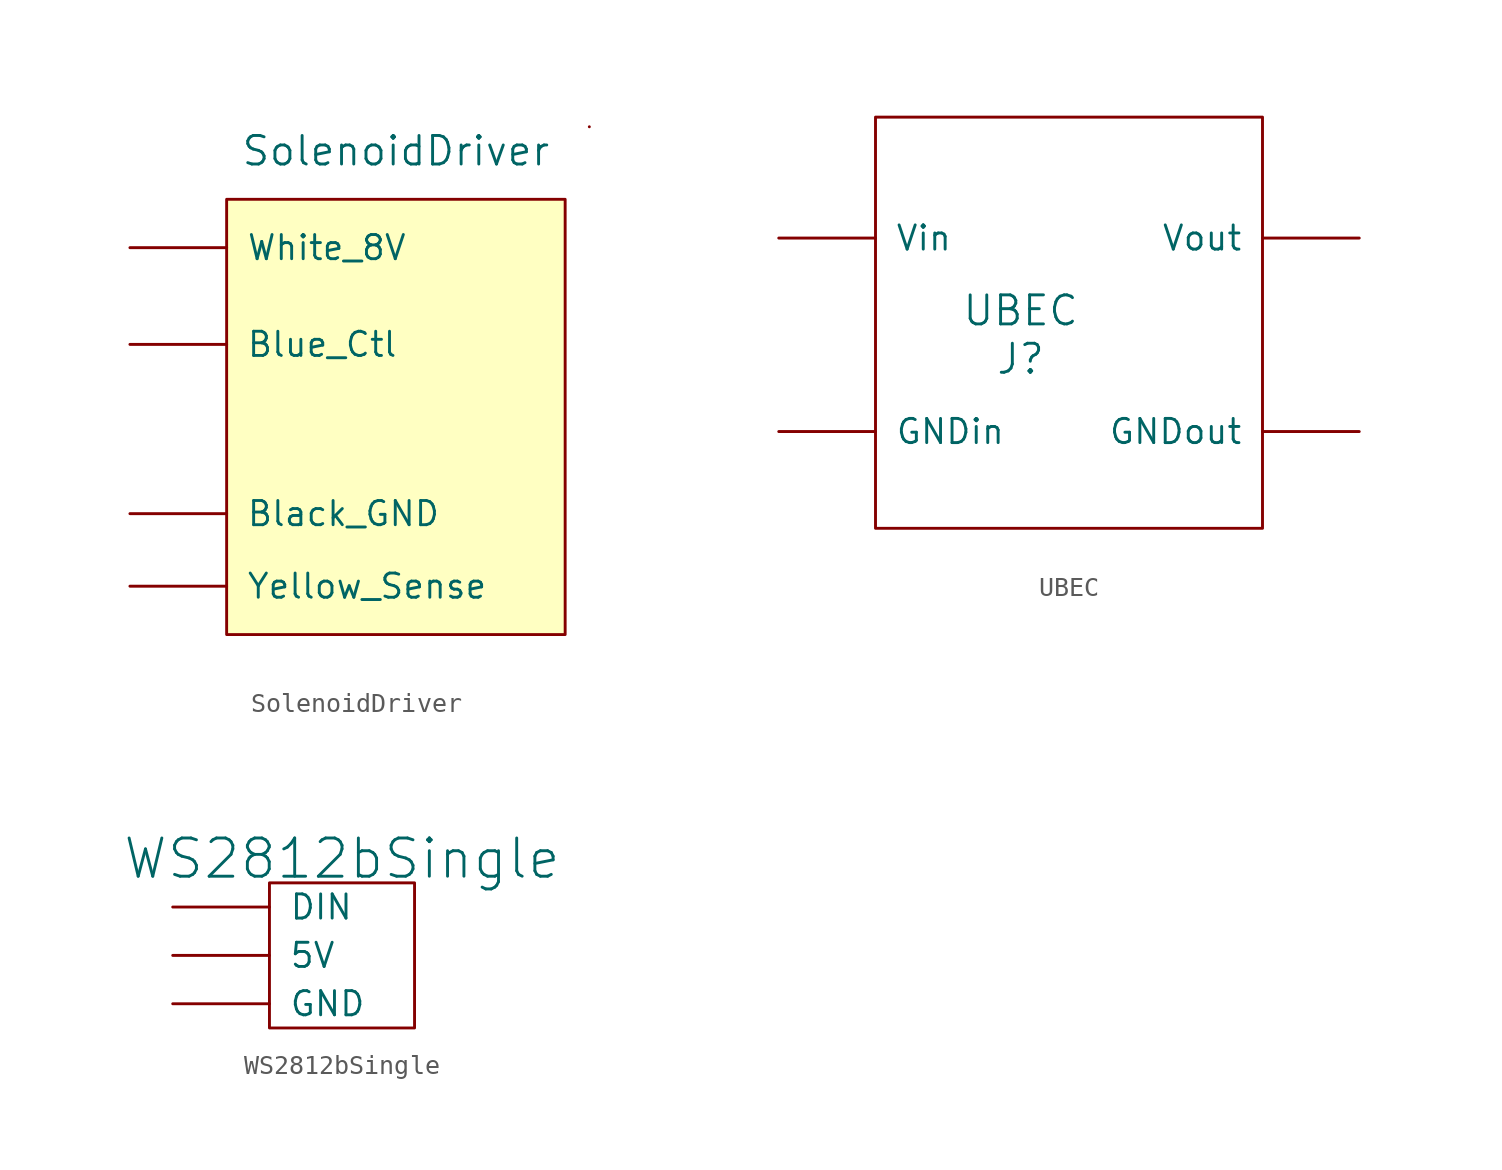
<source format=kicad_sym>
(kicad_symbol_lib
  (version 20220914)
  (generator kicad_symbol_editor)
  (symbol "SolenoidDriver"
    (pin_names
      (offset 1.016))
    (property "Reference" "U"
      (at 0 0 0)
      (effects (font (size 1.499 1.499)) hide))
    (property "Value" "SolenoidDriver"
      (at 0 0 0)
      (effects (font (size 1.499 1.499))))
    (symbol "SolenoidDriver_0_1"
      (rectangle (start -8.89 -2.54) (end 8.89 -25.4) (stroke (width 0) (type solid)) (fill (type background)))
      (rectangle (start 10.16 1.27) (end 10.16 1.27) (stroke (width 0) (type solid)) (fill (type none)))
      (pin input line (at -13.97 -19.05 0) (length 5.08) (name "Black_GND" (effects (font (size 1.27 1.27)))) (number "~" (effects (font (size 1.27 1.27)))))
      (pin input line (at -13.97 -10.16 0) (length 5.08) (name "Blue_Ctl" (effects (font (size 1.27 1.27)))) (number "~" (effects (font (size 1.27 1.27)))))
      (pin input line (at -13.97 -5.08 0) (length 5.08) (name "White_8V" (effects (font (size 1.27 1.27)))) (number "~" (effects (font (size 1.27 1.27)))))
      (pin output line (at -13.97 -22.86 0) (length 5.08) (name "Yellow_Sense" (effects (font (size 1.27 1.27)))) (number "~" (effects (font (size 1.27 1.27)))))))
  (symbol "UBEC"
    (power)
    (pin_names
      (offset 1.016))
    (property "Reference" "J"
      (at 0 0 0)
      (effects (font (size 1.524 1.524))))
    (property "Value" "UBEC"
      (at 0 2.54 0)
      (effects (font (size 1.524 1.524))))
    (symbol "UBEC_0_1"
      (rectangle (start -7.62 12.7) (end 12.7 -8.89) (stroke (width 0) (type solid)) (fill (type none))))
    (symbol "UBEC_1_0"
      (pin input line (at -12.7 -3.81 0) (length 5.08) (name "GNDin" (effects (font (size 1.27 1.27)))) (number "~" (effects (font (size 1.27 1.27)))))
      (pin input line (at 17.78 -3.81 180) (length 5.08) (name "GNDout" (effects (font (size 1.27 1.27)))) (number "~" (effects (font (size 1.27 1.27)))))
      (pin input line (at -12.7 6.35 0) (length 5.08) (name "Vin" (effects (font (size 1.27 1.27)))) (number "~" (effects (font (size 1.27 1.27)))))
      (pin input line (at 17.78 6.35 180) (length 5.08) (name "Vout" (effects (font (size 1.27 1.27)))) (number "~" (effects (font (size 1.27 1.27)))))))
  (symbol "WS2812bSingle"
    (pin_numbers hide)
    (pin_names
      (offset 1.016))
    (property "Reference" "U"
      (at 0 0 0)
      (effects (font (size 2.007 2.007)) hide))
    (property "Value" "WS2812bSingle"
      (at 0 3.81 0)
      (effects (font (size 2.007 2.007))))
    (symbol "WS2812bSingle_0_1"
      (rectangle (start -3.81 2.54) (end 3.81 -5.08) (stroke (width 0) (type solid)) (fill (type none))))
    (symbol "WS2812bSingle_1_1"
      (pin input line (at -8.89 -1.27 0) (length 5.08) (name "5V" (effects (font (size 1.27 1.27)))) (number "~" (effects (font (size 1.27 1.27)))))
      (pin input line (at -8.89 1.27 0) (length 5.08) (name "DIN" (effects (font (size 1.27 1.27)))) (number "~" (effects (font (size 1.27 1.27)))))
      (pin input line (at -8.89 -3.81 0) (length 5.08) (name "GND" (effects (font (size 1.27 1.27)))) (number "~" (effects (font (size 1.27 1.27))))))))
</source>
